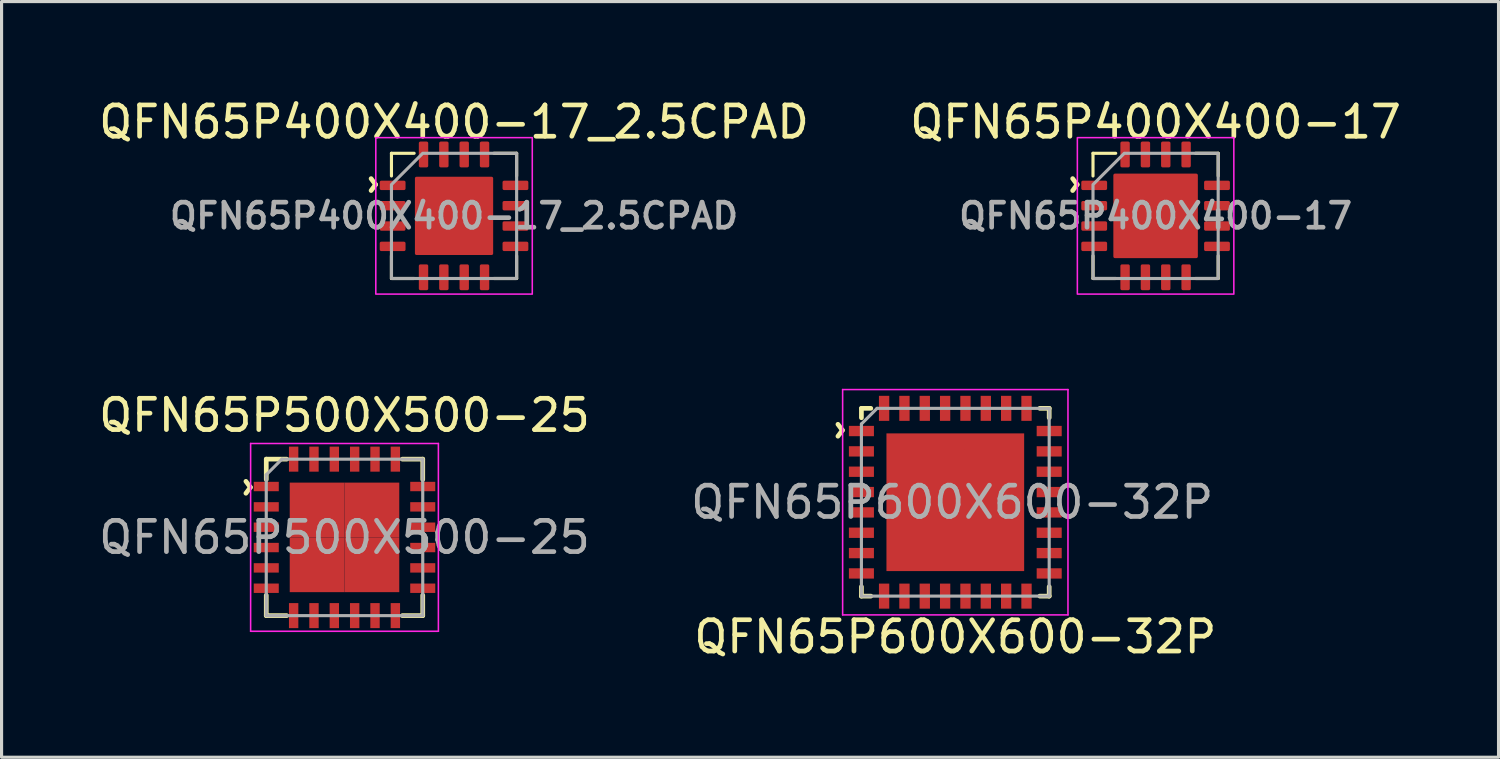
<source format=kicad_pcb>
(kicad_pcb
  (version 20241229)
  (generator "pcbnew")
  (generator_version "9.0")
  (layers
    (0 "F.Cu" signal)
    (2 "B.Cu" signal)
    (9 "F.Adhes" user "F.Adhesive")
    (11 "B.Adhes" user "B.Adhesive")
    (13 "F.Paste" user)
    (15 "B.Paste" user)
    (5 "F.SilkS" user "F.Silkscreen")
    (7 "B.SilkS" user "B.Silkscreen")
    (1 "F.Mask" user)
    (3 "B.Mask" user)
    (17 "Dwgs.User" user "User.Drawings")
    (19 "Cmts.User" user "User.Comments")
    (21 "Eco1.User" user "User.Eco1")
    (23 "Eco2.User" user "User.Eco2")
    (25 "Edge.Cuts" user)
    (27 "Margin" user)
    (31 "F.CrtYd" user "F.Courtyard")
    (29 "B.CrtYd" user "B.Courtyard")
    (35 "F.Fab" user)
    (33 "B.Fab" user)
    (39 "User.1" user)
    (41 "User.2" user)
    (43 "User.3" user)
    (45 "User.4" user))
  (footprint "QFN65P600X600-32P"
    (layer "F.Cu")
    (at 27.475 12.998)
    (property "Reference" "QFN65P600X600-32P" (at 0 4.3 0) (layer "F.SilkS") (effects (font (size 1 1) (thickness 0.15))))
    (attr smd)
    (fp_line (start -3 -3) (end -3 -2.7) (stroke (width 0.15) (type solid)) (layer "F.SilkS"))
    (fp_line (start -3 -3) (end -2.7 -3) (stroke (width 0.15) (type solid)) (layer "F.SilkS"))
    (fp_line (start -3 2.7) (end -3 3) (stroke (width 0.15) (type solid)) (layer "F.SilkS"))
    (fp_line (start -3 3) (end -2.7 3) (stroke (width 0.15) (type solid)) (layer "F.SilkS"))
    (fp_line (start 2.7 3) (end 3 3) (stroke (width 0.15) (type solid)) (layer "F.SilkS"))
    (fp_line (start 3 -3) (end 2.7 -3) (stroke (width 0.15) (type solid)) (layer "F.SilkS"))
    (fp_line (start 3 -2.7) (end 3 -3) (stroke (width 0.15) (type solid)) (layer "F.SilkS"))
    (fp_line (start 3 3) (end 3 2.7) (stroke (width 0.15) (type solid)) (layer "F.SilkS"))
    (fp_line (start -3.6 -3.6) (end -3.6 3.6) (stroke (width 0.05) (type solid)) (layer "F.CrtYd"))
    (fp_line (start -3.6 -3.6) (end 3.6 -3.6) (stroke (width 0.05) (type solid)) (layer "F.CrtYd"))
    (fp_line (start -3.6 3.6) (end 3.6 3.6) (stroke (width 0.05) (type solid)) (layer "F.CrtYd"))
    (fp_line (start 3.6 -3.6) (end 3.6 3.6) (stroke (width 0.05) (type solid)) (layer "F.CrtYd"))
    (fp_line (start -3 -2.5) (end -3 3) (stroke (width 0.1) (type solid)) (layer "F.Fab"))
    (fp_line (start -3 3) (end 3 3) (stroke (width 0.1) (type solid)) (layer "F.Fab"))
    (fp_line (start -2.5 -3) (end -3 -2.5) (stroke (width 0.1) (type solid)) (layer "F.Fab"))
    (fp_line (start 3 -3) (end -2.5 -3) (stroke (width 0.1) (type solid)) (layer "F.Fab"))
    (fp_line (start 3 3) (end 3 -3) (stroke (width 0.1) (type solid)) (layer "F.Fab"))
    (fp_text user "^" (at -4.2 -2.3 270) (unlocked yes) (layer "F.SilkS") (effects (font (size 1 1) (thickness 0.15))))
    (fp_text user "${REFERENCE}" (at -0.1 0 0) (unlocked yes) (layer "F.Fab") (effects (font (size 1 1) (thickness 0.15))))
    (pad "1" smd rect (at -3 -2.275) (size 0.8 0.33) (layers "F.Cu" "F.Mask" "F.Paste"))
    (pad "2" smd rect (at -3 -1.625) (size 0.8 0.33) (layers "F.Cu" "F.Mask" "F.Paste"))
    (pad "3" smd rect (at -3 -0.975) (size 0.8 0.33) (layers "F.Cu" "F.Mask" "F.Paste"))
    (pad "4" smd rect (at -3 -0.325) (size 0.8 0.33) (layers "F.Cu" "F.Mask" "F.Paste"))
    (pad "5" smd rect (at -3 0.325) (size 0.8 0.33) (layers "F.Cu" "F.Mask" "F.Paste"))
    (pad "6" smd rect (at -3 0.975) (size 0.8 0.33) (layers "F.Cu" "F.Mask" "F.Paste"))
    (pad "7" smd rect (at -3 1.625) (size 0.8 0.33) (layers "F.Cu" "F.Mask" "F.Paste"))
    (pad "8" smd rect (at -3 2.275) (size 0.8 0.33) (layers "F.Cu" "F.Mask" "F.Paste"))
    (pad "9" smd rect (at -2.275 3 270) (size 0.8 0.33) (layers "F.Cu" "F.Mask" "F.Paste"))
    (pad "10" smd rect (at -1.625 3 270) (size 0.8 0.33) (layers "F.Cu" "F.Mask" "F.Paste"))
    (pad "11" smd rect (at -0.975 3 270) (size 0.8 0.33) (layers "F.Cu" "F.Mask" "F.Paste"))
    (pad "12" smd rect (at -0.325 3 270) (size 0.8 0.33) (layers "F.Cu" "F.Mask" "F.Paste"))
    (pad "13" smd rect (at 0.325 3 270) (size 0.8 0.33) (layers "F.Cu" "F.Mask" "F.Paste"))
    (pad "14" smd rect (at 0.975 3 270) (size 0.8 0.33) (layers "F.Cu" "F.Mask" "F.Paste"))
    (pad "15" smd rect (at 1.625 3 270) (size 0.8 0.33) (layers "F.Cu" "F.Mask" "F.Paste"))
    (pad "16" smd rect (at 2.275 3 270) (size 0.8 0.33) (layers "F.Cu" "F.Mask" "F.Paste"))
    (pad "17" smd rect (at 3 2.275) (size 0.8 0.33) (layers "F.Cu" "F.Mask" "F.Paste"))
    (pad "18" smd rect (at 3 1.625) (size 0.8 0.33) (layers "F.Cu" "F.Mask" "F.Paste"))
    (pad "19" smd rect (at 3 0.975) (size 0.8 0.33) (layers "F.Cu" "F.Mask" "F.Paste"))
    (pad "20" smd rect (at 3 0.325) (size 0.8 0.33) (layers "F.Cu" "F.Mask" "F.Paste"))
    (pad "21" smd rect (at 3 -0.325) (size 0.8 0.33) (layers "F.Cu" "F.Mask" "F.Paste"))
    (pad "22" smd rect (at 3 -0.975) (size 0.8 0.33) (layers "F.Cu" "F.Mask" "F.Paste"))
    (pad "23" smd rect (at 3 -1.625) (size 0.8 0.33) (layers "F.Cu" "F.Mask" "F.Paste"))
    (pad "24" smd rect (at 3 -2.275) (size 0.8 0.33) (layers "F.Cu" "F.Mask" "F.Paste"))
    (pad "25" smd rect (at 2.275 -3 90) (size 0.8 0.33) (layers "F.Cu" "F.Mask" "F.Paste"))
    (pad "26" smd rect (at 1.625 -3 90) (size 0.8 0.33) (layers "F.Cu" "F.Mask" "F.Paste"))
    (pad "27" smd rect (at 0.975 -3 90) (size 0.8 0.33) (layers "F.Cu" "F.Mask" "F.Paste"))
    (pad "28" smd rect (at 0.325 -3 90) (size 0.8 0.33) (layers "F.Cu" "F.Mask" "F.Paste"))
    (pad "29" smd rect (at -0.325 -3 90) (size 0.8 0.33) (layers "F.Cu" "F.Mask" "F.Paste"))
    (pad "30" smd rect (at -0.975 -3 90) (size 0.8 0.33) (layers "F.Cu" "F.Mask" "F.Paste"))
    (pad "31" smd rect (at -1.625 -3 90) (size 0.8 0.33) (layers "F.Cu" "F.Mask" "F.Paste"))
    (pad "32" smd rect (at -2.275 -3 90) (size 0.8 0.33) (layers "F.Cu" "F.Mask" "F.Paste"))
    (pad "33" smd rect (at -1 -1 90) (size 1.4 1.4) (layers "F.Cu" "F.Mask" "F.Paste"))
    (pad "33" smd rect (at 0 0 90) (size 4.4 4.4) (layers "F.Cu" "F.Mask"))
    (pad "33" smd rect (at 1 -1 90) (size 1.4 1.4) (layers "F.Cu" "F.Mask" "F.Paste"))
    (pad "35" smd rect (at 1 1 90) (size 1.4 1.4) (layers "F.Cu" "F.Mask" "F.Paste"))
    (pad "36" smd rect (at -1 1 90) (size 1.4 1.4) (layers "F.Cu" "F.Mask" "F.Paste")))
  (footprint "QFN65P500X500-25"
    (layer "F.Cu")
    (at 7.958 14.121)
    (property "Reference" "QFN65P500X500-25" (at 0 -3.9 0) (layer "F.SilkS") (effects (font (size 1 1) (thickness 0.15))))
    (attr smd)
    (fp_line (start -2.5 -2.5) (end -1.85 -2.5) (stroke (width 0.15) (type solid)) (layer "F.SilkS"))
    (fp_line (start -2.5 -1.85) (end -2.5 -2.5) (stroke (width 0.15) (type solid)) (layer "F.SilkS"))
    (fp_line (start -2.5 2.5) (end -2.5 1.85) (stroke (width 0.15) (type solid)) (layer "F.SilkS"))
    (fp_line (start -1.85 2.5) (end -2.5 2.5) (stroke (width 0.15) (type solid)) (layer "F.SilkS"))
    (fp_line (start 1.85 -2.5) (end 2.5 -2.5) (stroke (width 0.15) (type solid)) (layer "F.SilkS"))
    (fp_line (start 1.85 2.5) (end 2.5 2.5) (stroke (width 0.15) (type solid)) (layer "F.SilkS"))
    (fp_line (start 2.5 -2.5) (end 2.5 -1.85) (stroke (width 0.15) (type solid)) (layer "F.SilkS"))
    (fp_line (start 2.5 2.5) (end 2.5 1.85) (stroke (width 0.15) (type solid)) (layer "F.SilkS"))
    (fp_line (start -3 -3) (end 3 -3) (stroke (width 0.05) (type solid)) (layer "F.CrtYd"))
    (fp_line (start -3 3) (end -3 -3) (stroke (width 0.05) (type solid)) (layer "F.CrtYd"))
    (fp_line (start 3 -3) (end 3 3) (stroke (width 0.05) (type solid)) (layer "F.CrtYd"))
    (fp_line (start 3 3) (end -3 3) (stroke (width 0.05) (type solid)) (layer "F.CrtYd"))
    (fp_line (start -2.5 -2) (end -2.5 2.5) (stroke (width 0.1) (type solid)) (layer "F.Fab"))
    (fp_line (start -2.5 2.5) (end 2.5 2.5) (stroke (width 0.1) (type solid)) (layer "F.Fab"))
    (fp_line (start -2 -2.5) (end -2.5 -2) (stroke (width 0.1) (type solid)) (layer "F.Fab"))
    (fp_line (start 2.5 -2.5) (end -2 -2.5) (stroke (width 0.1) (type solid)) (layer "F.Fab"))
    (fp_line (start 2.5 2.5) (end 2.5 -2.5) (stroke (width 0.1) (type solid)) (layer "F.Fab"))
    (fp_text user "^" (at -3.6 -1.6 270) (unlocked yes) (layer "F.SilkS") (effects (font (size 1 1) (thickness 0.15))))
    (fp_text user "${REFERENCE}" (at 0 0 0) (unlocked yes) (layer "F.Fab") (effects (font (size 1 1) (thickness 0.15))))
    (pad "1" smd rect (at -2.5 -1.625 90) (size 0.3 0.8) (layers "F.Cu" "F.Mask" "F.Paste"))
    (pad "2" smd rect (at -2.5 -0.975 90) (size 0.3 0.8) (layers "F.Cu" "F.Mask" "F.Paste"))
    (pad "3" smd rect (at -2.5 -0.325 90) (size 0.3 0.8) (layers "F.Cu" "F.Mask" "F.Paste"))
    (pad "4" smd rect (at -2.5 0.325 90) (size 0.3 0.8) (layers "F.Cu" "F.Mask" "F.Paste"))
    (pad "5" smd rect (at -2.5 0.975 90) (size 0.3 0.8) (layers "F.Cu" "F.Mask" "F.Paste"))
    (pad "6" smd rect (at -2.5 1.625 90) (size 0.3 0.8) (layers "F.Cu" "F.Mask" "F.Paste"))
    (pad "7" smd rect (at -1.625 2.5) (size 0.3 0.8) (layers "F.Cu" "F.Mask" "F.Paste"))
    (pad "8" smd rect (at -0.975 2.5) (size 0.3 0.8) (layers "F.Cu" "F.Mask" "F.Paste"))
    (pad "9" smd rect (at -0.325 2.5) (size 0.3 0.8) (layers "F.Cu" "F.Mask" "F.Paste"))
    (pad "10" smd rect (at 0.325 2.5) (size 0.3 0.8) (layers "F.Cu" "F.Mask" "F.Paste"))
    (pad "11" smd rect (at 0.975 2.5) (size 0.3 0.8) (layers "F.Cu" "F.Mask" "F.Paste"))
    (pad "12" smd rect (at 1.625 2.5) (size 0.3 0.8) (layers "F.Cu" "F.Mask" "F.Paste"))
    (pad "13" smd rect (at 2.5 1.625 90) (size 0.3 0.8) (layers "F.Cu" "F.Mask" "F.Paste"))
    (pad "14" smd rect (at 2.5 0.975 90) (size 0.3 0.8) (layers "F.Cu" "F.Mask" "F.Paste"))
    (pad "15" smd rect (at 2.5 0.325 90) (size 0.3 0.8) (layers "F.Cu" "F.Mask" "F.Paste"))
    (pad "16" smd rect (at 2.5 -0.325 90) (size 0.3 0.8) (layers "F.Cu" "F.Mask" "F.Paste"))
    (pad "17" smd rect (at 2.5 -0.975 90) (size 0.3 0.8) (layers "F.Cu" "F.Mask" "F.Paste"))
    (pad "18" smd rect (at 2.5 -1.625 90) (size 0.3 0.8) (layers "F.Cu" "F.Mask" "F.Paste"))
    (pad "19" smd rect (at 1.625 -2.5) (size 0.3 0.8) (layers "F.Cu" "F.Mask" "F.Paste"))
    (pad "20" smd rect (at 0.975 -2.5) (size 0.3 0.8) (layers "F.Cu" "F.Mask" "F.Paste"))
    (pad "21" smd rect (at 0.325 -2.5) (size 0.3 0.8) (layers "F.Cu" "F.Mask" "F.Paste"))
    (pad "22" smd rect (at -0.325 -2.5) (size 0.3 0.8) (layers "F.Cu" "F.Mask" "F.Paste"))
    (pad "23" smd rect (at -0.975 -2.5) (size 0.3 0.8) (layers "F.Cu" "F.Mask" "F.Paste"))
    (pad "24" smd rect (at -1.625 -2.5) (size 0.3 0.8) (layers "F.Cu" "F.Mask" "F.Paste"))
    (pad "25" smd rect (at -0.875 -0.875) (size 1.75 1.75) (layers "F.Cu" "F.Mask" "F.Paste"))
    (pad "25" smd rect (at -0.875 0.875) (size 1.75 1.75) (layers "F.Cu" "F.Mask" "F.Paste"))
    (pad "25" smd rect (at 0.875 -0.875) (size 1.75 1.75) (layers "F.Cu" "F.Mask" "F.Paste"))
    (pad "25" smd rect (at 0.875 0.875) (size 1.75 1.75) (layers "F.Cu" "F.Mask" "F.Paste")))
  (footprint "QFN65P400X400-17"
    (layer "F.Cu")
    (at 33.875 3.848)
    (property "Reference" "QFN65P400X400-17" (at 0 -3 0) (layer "F.SilkS") (effects (font (size 1 1) (thickness 0.15))))
    (attr smd)
    (fp_line (start -2 -2) (end -1.275 -2) (stroke (width 0.1) (type solid)) (layer "F.SilkS"))
    (fp_line (start -2 -1.275) (end -2 -2) (stroke (width 0.1) (type solid)) (layer "F.SilkS"))
    (fp_line (start -2 2) (end -2 1.275) (stroke (width 0.1) (type solid)) (layer "F.SilkS"))
    (fp_line (start -1.275 2) (end -2 2) (stroke (width 0.1) (type solid)) (layer "F.SilkS"))
    (fp_line (start 1.275 -2) (end 2 -2) (stroke (width 0.1) (type solid)) (layer "F.SilkS"))
    (fp_line (start 2 -2) (end 2 -1.275) (stroke (width 0.1) (type solid)) (layer "F.SilkS"))
    (fp_line (start 2 1.275) (end 2 2) (stroke (width 0.1) (type solid)) (layer "F.SilkS"))
    (fp_line (start 2 2) (end 1.275 2) (stroke (width 0.1) (type solid)) (layer "F.SilkS"))
    (fp_rect (start -2.5 -2.5) (end 2.5 2.5) (stroke (width 0.05) (type solid)) (fill no) (layer "F.CrtYd"))
    (fp_poly (pts (xy -2 2) (xy 2 2) (xy 2 -2) (xy -1 -2) (xy -2 -1)) (stroke (width 0.1) (type solid)) (fill no) (layer "F.Fab"))
    (fp_text user "^" (at -3.1 -1 270) (unlocked yes) (layer "F.SilkS") (effects (font (size 1 1) (thickness 0.15))))
    (fp_text user "${REFERENCE}" (at 0 0 0) (layer "F.Fab") (effects (font (size 0.8 0.8) (thickness 0.15))))
    (pad "" smd roundrect (at -0.675 -0.675) (size 1.09 1.09) (layers "F.Paste") (roundrect_rratio 0.046))
    (pad "" smd roundrect (at -0.675 0.675) (size 1.09 1.09) (layers "F.Paste") (roundrect_rratio 0.046))
    (pad "" smd roundrect (at 0.675 -0.675) (size 1.09 1.09) (layers "F.Paste") (roundrect_rratio 0.046))
    (pad "" smd roundrect (at 0.675 0.675) (size 1.09 1.09) (layers "F.Paste") (roundrect_rratio 0.046))
    (pad "1" smd roundrect (at -1.962 -0.975) (size 0.825 0.3) (layers "F.Cu" "F.Mask" "F.Paste") (roundrect_rratio 0.167))
    (pad "2" smd roundrect (at -1.962 -0.325) (size 0.825 0.3) (layers "F.Cu" "F.Mask" "F.Paste") (roundrect_rratio 0.167))
    (pad "3" smd roundrect (at -1.962 0.325) (size 0.825 0.3) (layers "F.Cu" "F.Mask" "F.Paste") (roundrect_rratio 0.167))
    (pad "4" smd roundrect (at -1.962 0.975) (size 0.825 0.3) (layers "F.Cu" "F.Mask" "F.Paste") (roundrect_rratio 0.167))
    (pad "5" smd roundrect (at -0.975 1.962) (size 0.3 0.825) (layers "F.Cu" "F.Mask" "F.Paste") (roundrect_rratio 0.167))
    (pad "6" smd roundrect (at -0.325 1.962) (size 0.3 0.825) (layers "F.Cu" "F.Mask" "F.Paste") (roundrect_rratio 0.167))
    (pad "7" smd roundrect (at 0.325 1.962) (size 0.3 0.825) (layers "F.Cu" "F.Mask" "F.Paste") (roundrect_rratio 0.167))
    (pad "8" smd roundrect (at 0.975 1.962) (size 0.3 0.825) (layers "F.Cu" "F.Mask" "F.Paste") (roundrect_rratio 0.167))
    (pad "9" smd roundrect (at 1.962 0.975) (size 0.825 0.3) (layers "F.Cu" "F.Mask" "F.Paste") (roundrect_rratio 0.167))
    (pad "10" smd roundrect (at 1.962 0.325) (size 0.825 0.3) (layers "F.Cu" "F.Mask" "F.Paste") (roundrect_rratio 0.167))
    (pad "11" smd roundrect (at 1.962 -0.325) (size 0.825 0.3) (layers "F.Cu" "F.Mask" "F.Paste") (roundrect_rratio 0.167))
    (pad "12" smd roundrect (at 1.962 -0.975) (size 0.825 0.3) (layers "F.Cu" "F.Mask" "F.Paste") (roundrect_rratio 0.167))
    (pad "13" smd roundrect (at 0.975 -1.962) (size 0.3 0.825) (layers "F.Cu" "F.Mask" "F.Paste") (roundrect_rratio 0.167))
    (pad "14" smd roundrect (at 0.325 -1.962) (size 0.3 0.825) (layers "F.Cu" "F.Mask" "F.Paste") (roundrect_rratio 0.167))
    (pad "15" smd roundrect (at -0.325 -1.962) (size 0.3 0.825) (layers "F.Cu" "F.Mask" "F.Paste") (roundrect_rratio 0.167))
    (pad "16" smd roundrect (at -0.975 -1.962) (size 0.3 0.825) (layers "F.Cu" "F.Mask" "F.Paste") (roundrect_rratio 0.167))
    (pad "17" smd roundrect (at 0 0) (size 2.7 2.7) (layers "F.Cu" "F.Mask") (roundrect_rratio 0.019)))
  (footprint "QFN65P400X400-17_2.5CPAD"
    (layer "F.Cu")
    (at 11.458 3.848)
    (property "Reference" "QFN65P400X400-17_2.5CPAD" (at 0 -3 0) (layer "F.SilkS") (effects (font (size 1 1) (thickness 0.15))))
    (attr smd)
    (fp_line (start -2 -2) (end -1.275 -2) (stroke (width 0.1) (type solid)) (layer "F.SilkS"))
    (fp_line (start -2 -1.275) (end -2 -2) (stroke (width 0.1) (type solid)) (layer "F.SilkS"))
    (fp_line (start -2 2) (end -2 1.275) (stroke (width 0.1) (type solid)) (layer "F.SilkS"))
    (fp_line (start -1.275 2) (end -2 2) (stroke (width 0.1) (type solid)) (layer "F.SilkS"))
    (fp_line (start 1.275 -2) (end 2 -2) (stroke (width 0.1) (type solid)) (layer "F.SilkS"))
    (fp_line (start 2 -2) (end 2 -1.275) (stroke (width 0.1) (type solid)) (layer "F.SilkS"))
    (fp_line (start 2 1.275) (end 2 2) (stroke (width 0.1) (type solid)) (layer "F.SilkS"))
    (fp_line (start 2 2) (end 1.275 2) (stroke (width 0.1) (type solid)) (layer "F.SilkS"))
    (fp_rect (start -2.5 -2.5) (end 2.5 2.5) (stroke (width 0.05) (type solid)) (fill no) (layer "F.CrtYd"))
    (fp_poly (pts (xy -2 2) (xy 2 2) (xy 2 -2) (xy -1 -2) (xy -2 -1)) (stroke (width 0.1) (type solid)) (fill no) (layer "F.Fab"))
    (fp_text user "^" (at -3.1 -1 270) (unlocked yes) (layer "F.SilkS") (effects (font (size 1 1) (thickness 0.15))))
    (fp_text user "${REFERENCE}" (at 0 0 0) (layer "F.Fab") (effects (font (size 0.8 0.8) (thickness 0.15))))
    (pad "" smd roundrect (at -0.675 -0.675) (size 1 1) (layers "F.Paste") (roundrect_rratio 0.046))
    (pad "" smd roundrect (at -0.675 0.675) (size 1 1) (layers "F.Paste") (roundrect_rratio 0.046))
    (pad "" smd roundrect (at 0.675 -0.675) (size 1 1) (layers "F.Paste") (roundrect_rratio 0.046))
    (pad "" smd roundrect (at 0.675 0.675) (size 1 1) (layers "F.Paste") (roundrect_rratio 0.046))
    (pad "1" smd roundrect (at -1.962 -0.975) (size 0.825 0.3) (layers "F.Cu" "F.Mask" "F.Paste") (roundrect_rratio 0.167))
    (pad "2" smd roundrect (at -1.962 -0.325) (size 0.825 0.3) (layers "F.Cu" "F.Mask" "F.Paste") (roundrect_rratio 0.167))
    (pad "3" smd roundrect (at -1.962 0.325) (size 0.825 0.3) (layers "F.Cu" "F.Mask" "F.Paste") (roundrect_rratio 0.167))
    (pad "4" smd roundrect (at -1.962 0.975) (size 0.825 0.3) (layers "F.Cu" "F.Mask" "F.Paste") (roundrect_rratio 0.167))
    (pad "5" smd roundrect (at -0.975 1.962) (size 0.3 0.825) (layers "F.Cu" "F.Mask" "F.Paste") (roundrect_rratio 0.167))
    (pad "6" smd roundrect (at -0.325 1.962) (size 0.3 0.825) (layers "F.Cu" "F.Mask" "F.Paste") (roundrect_rratio 0.167))
    (pad "7" smd roundrect (at 0.325 1.962) (size 0.3 0.825) (layers "F.Cu" "F.Mask" "F.Paste") (roundrect_rratio 0.167))
    (pad "8" smd roundrect (at 0.975 1.962) (size 0.3 0.825) (layers "F.Cu" "F.Mask" "F.Paste") (roundrect_rratio 0.167))
    (pad "9" smd roundrect (at 1.962 0.975) (size 0.825 0.3) (layers "F.Cu" "F.Mask" "F.Paste") (roundrect_rratio 0.167))
    (pad "10" smd roundrect (at 1.962 0.325) (size 0.825 0.3) (layers "F.Cu" "F.Mask" "F.Paste") (roundrect_rratio 0.167))
    (pad "11" smd roundrect (at 1.962 -0.325) (size 0.825 0.3) (layers "F.Cu" "F.Mask" "F.Paste") (roundrect_rratio 0.167))
    (pad "12" smd roundrect (at 1.962 -0.975) (size 0.825 0.3) (layers "F.Cu" "F.Mask" "F.Paste") (roundrect_rratio 0.167))
    (pad "13" smd roundrect (at 0.975 -1.962) (size 0.3 0.825) (layers "F.Cu" "F.Mask" "F.Paste") (roundrect_rratio 0.167))
    (pad "14" smd roundrect (at 0.325 -1.962) (size 0.3 0.825) (layers "F.Cu" "F.Mask" "F.Paste") (roundrect_rratio 0.167))
    (pad "15" smd roundrect (at -0.325 -1.962) (size 0.3 0.825) (layers "F.Cu" "F.Mask" "F.Paste") (roundrect_rratio 0.167))
    (pad "16" smd roundrect (at -0.975 -1.962) (size 0.3 0.825) (layers "F.Cu" "F.Mask" "F.Paste") (roundrect_rratio 0.167))
    (pad "17" smd roundrect (at 0 0) (size 2.5 2.5) (layers "F.Cu" "F.Mask") (roundrect_rratio 0.02)))
  (gr_rect
    (start -3 -3)
    (end 44.833 21.146)
    (stroke (width 0.1) (type default))
    (fill no)
    (layer "Edge.Cuts")))
</source>
